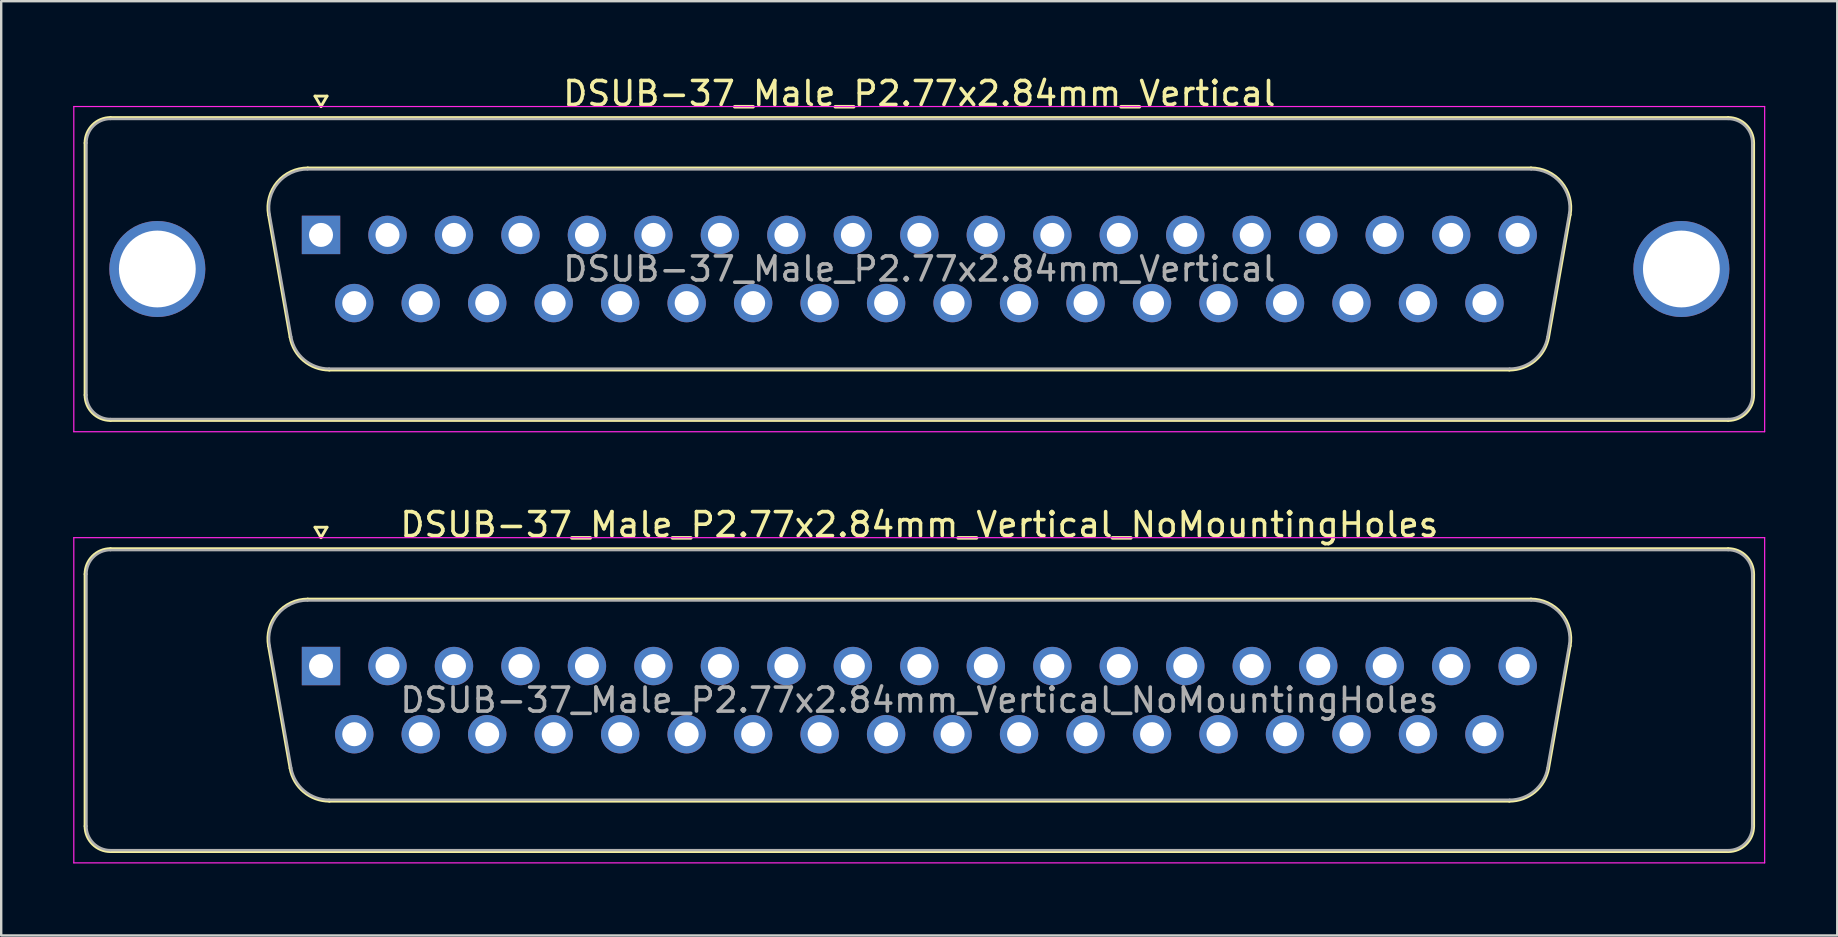
<source format=kicad_pcb>
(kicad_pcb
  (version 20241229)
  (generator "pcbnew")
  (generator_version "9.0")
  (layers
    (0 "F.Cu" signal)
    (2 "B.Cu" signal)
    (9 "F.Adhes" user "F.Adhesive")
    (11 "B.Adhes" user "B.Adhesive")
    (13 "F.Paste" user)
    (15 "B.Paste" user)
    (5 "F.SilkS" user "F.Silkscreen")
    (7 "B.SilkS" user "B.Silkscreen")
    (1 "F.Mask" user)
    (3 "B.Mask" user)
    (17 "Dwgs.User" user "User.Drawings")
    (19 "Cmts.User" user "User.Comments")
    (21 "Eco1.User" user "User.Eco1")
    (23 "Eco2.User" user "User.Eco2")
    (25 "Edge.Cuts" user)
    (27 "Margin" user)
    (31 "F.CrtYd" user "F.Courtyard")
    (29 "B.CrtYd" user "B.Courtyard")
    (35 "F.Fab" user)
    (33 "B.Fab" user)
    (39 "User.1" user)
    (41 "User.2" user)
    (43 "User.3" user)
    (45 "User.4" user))
  (footprint "DSUB-37_Male_P2.77x2.84mm_Vertical_NoMountingHoles"
    (layer "F.Cu")
    (at 10.325 24.701)
    (property "Reference" "DSUB-37_Male_P2.77x2.84mm_Vertical_NoMountingHoles" (at 24.93 -5.89 0) (layer "F.SilkS") (effects (font (size 1 1) (thickness 0.15))))
    (attr through_hole)
    (fp_line (start -9.83 6.67) (end -9.83 -3.83) (stroke (width 0.12) (type solid)) (layer "F.SilkS"))
    (fp_line (start -8.77 -4.89) (end 58.63 -4.89) (stroke (width 0.12) (type solid)) (layer "F.SilkS"))
    (fp_line (start -2.186 -0.842) (end -1.287 4.258) (stroke (width 0.12) (type solid)) (layer "F.SilkS"))
    (fp_line (start -0.552 -2.79) (end 50.412 -2.79) (stroke (width 0.12) (type solid)) (layer "F.SilkS"))
    (fp_line (start -0.25 -5.784) (end 0.25 -5.784) (stroke (width 0.12) (type solid)) (layer "F.SilkS"))
    (fp_line (start 0 -5.351) (end -0.25 -5.784) (stroke (width 0.12) (type solid)) (layer "F.SilkS"))
    (fp_line (start 0.25 -5.784) (end 0 -5.351) (stroke (width 0.12) (type solid)) (layer "F.SilkS"))
    (fp_line (start 0.348 5.63) (end 49.512 5.63) (stroke (width 0.12) (type solid)) (layer "F.SilkS"))
    (fp_line (start 52.046 -0.842) (end 51.147 4.258) (stroke (width 0.12) (type solid)) (layer "F.SilkS"))
    (fp_line (start 58.63 7.73) (end -8.77 7.73) (stroke (width 0.12) (type solid)) (layer "F.SilkS"))
    (fp_line (start 59.69 -3.83) (end 59.69 6.67) (stroke (width 0.12) (type solid)) (layer "F.SilkS"))
    (fp_arc (start -9.83 -3.83) (mid -9.519533 -4.579533) (end -8.77 -4.89) (stroke (width 0.12) (type solid)) (layer "F.SilkS"))
    (fp_arc (start -8.77 7.73) (mid -9.519533 7.419533) (end -9.83 6.67) (stroke (width 0.12) (type solid)) (layer "F.SilkS"))
    (fp_arc (start -2.18647 -0.841744) (mid -1.823323 -2.197028) (end -0.551689 -2.79) (stroke (width 0.12) (type solid)) (layer "F.SilkS"))
    (fp_arc (start 0.347579 5.63) (mid -0.719448 5.241634) (end -1.287202 4.258256) (stroke (width 0.12) (type solid)) (layer "F.SilkS"))
    (fp_arc (start 50.411689 -2.79) (mid 51.683323 -2.197027) (end 52.04647 -0.841744) (stroke (width 0.12) (type solid)) (layer "F.SilkS"))
    (fp_arc (start 51.147202 4.258256) (mid 50.579449 5.241634) (end 49.512421 5.63) (stroke (width 0.12) (type solid)) (layer "F.SilkS"))
    (fp_arc (start 58.63 -4.89) (mid 59.379533 -4.579533) (end 59.69 -3.83) (stroke (width 0.12) (type solid)) (layer "F.SilkS"))
    (fp_arc (start 59.69 6.67) (mid 59.379533 7.419533) (end 58.63 7.73) (stroke (width 0.12) (type solid)) (layer "F.SilkS"))
    (fp_line (start -10.3 -5.35) (end -10.3 8.2) (stroke (width 0.05) (type solid)) (layer "F.CrtYd"))
    (fp_line (start -10.3 8.2) (end 60.15 8.2) (stroke (width 0.05) (type solid)) (layer "F.CrtYd"))
    (fp_line (start 60.15 -5.35) (end -10.3 -5.35) (stroke (width 0.05) (type solid)) (layer "F.CrtYd"))
    (fp_line (start 60.15 8.2) (end 60.15 -5.35) (stroke (width 0.05) (type solid)) (layer "F.CrtYd"))
    (fp_line (start -9.77 6.67) (end -9.77 -3.83) (stroke (width 0.1) (type solid)) (layer "F.Fab"))
    (fp_line (start -8.77 -4.83) (end 58.63 -4.83) (stroke (width 0.1) (type solid)) (layer "F.Fab"))
    (fp_line (start -2.139 -0.852) (end -1.24 4.248) (stroke (width 0.1) (type solid)) (layer "F.Fab"))
    (fp_line (start -0.563 -2.73) (end 50.423 -2.73) (stroke (width 0.1) (type solid)) (layer "F.Fab"))
    (fp_line (start 0.336 5.57) (end 49.524 5.57) (stroke (width 0.1) (type solid)) (layer "F.Fab"))
    (fp_line (start 51.999 -0.852) (end 51.1 4.248) (stroke (width 0.1) (type solid)) (layer "F.Fab"))
    (fp_line (start 58.63 7.67) (end -8.77 7.67) (stroke (width 0.1) (type solid)) (layer "F.Fab"))
    (fp_line (start 59.63 -3.83) (end 59.63 6.67) (stroke (width 0.1) (type solid)) (layer "F.Fab"))
    (fp_arc (start -9.77 -3.83) (mid -9.477107 -4.537107) (end -8.77 -4.83) (stroke (width 0.1) (type solid)) (layer "F.Fab"))
    (fp_arc (start -8.77 7.67) (mid -9.477107 7.377107) (end -9.77 6.67) (stroke (width 0.1) (type solid)) (layer "F.Fab"))
    (fp_arc (start -2.138886 -0.852163) (mid -1.788865 -2.15846) (end -0.563194 -2.73) (stroke (width 0.1) (type solid)) (layer "F.Fab"))
    (fp_arc (start 0.336073 5.57) (mid -0.692387 5.195671) (end -1.239619 4.247837) (stroke (width 0.1) (type solid)) (layer "F.Fab"))
    (fp_arc (start 50.423194 -2.73) (mid 51.648865 -2.15846) (end 51.998886 -0.852163) (stroke (width 0.1) (type solid)) (layer "F.Fab"))
    (fp_arc (start 51.099619 4.247837) (mid 50.552387 5.195671) (end 49.523927 5.57) (stroke (width 0.1) (type solid)) (layer "F.Fab"))
    (fp_arc (start 58.63 -4.83) (mid 59.337107 -4.537107) (end 59.63 -3.83) (stroke (width 0.1) (type solid)) (layer "F.Fab"))
    (fp_arc (start 59.63 6.67) (mid 59.337107 7.377107) (end 58.63 7.67) (stroke (width 0.1) (type solid)) (layer "F.Fab"))
    (fp_text user "${REFERENCE}" (at 24.93 1.42 0) (layer "F.Fab") (effects (font (size 1 1) (thickness 0.15))))
    (pad "1" thru_hole rect (at 0 0) (size 1.6 1.6) (drill 1) (layers "*.Cu" "*.Mask"))
    (pad "2" thru_hole circle (at 2.77 0) (size 1.6 1.6) (drill 1) (layers "*.Cu" "*.Mask"))
    (pad "3" thru_hole circle (at 5.54 0) (size 1.6 1.6) (drill 1) (layers "*.Cu" "*.Mask"))
    (pad "4" thru_hole circle (at 8.31 0) (size 1.6 1.6) (drill 1) (layers "*.Cu" "*.Mask"))
    (pad "5" thru_hole circle (at 11.08 0) (size 1.6 1.6) (drill 1) (layers "*.Cu" "*.Mask"))
    (pad "6" thru_hole circle (at 13.85 0) (size 1.6 1.6) (drill 1) (layers "*.Cu" "*.Mask"))
    (pad "7" thru_hole circle (at 16.62 0) (size 1.6 1.6) (drill 1) (layers "*.Cu" "*.Mask"))
    (pad "8" thru_hole circle (at 19.39 0) (size 1.6 1.6) (drill 1) (layers "*.Cu" "*.Mask"))
    (pad "9" thru_hole circle (at 22.16 0) (size 1.6 1.6) (drill 1) (layers "*.Cu" "*.Mask"))
    (pad "10" thru_hole circle (at 24.93 0) (size 1.6 1.6) (drill 1) (layers "*.Cu" "*.Mask"))
    (pad "11" thru_hole circle (at 27.7 0) (size 1.6 1.6) (drill 1) (layers "*.Cu" "*.Mask"))
    (pad "12" thru_hole circle (at 30.47 0) (size 1.6 1.6) (drill 1) (layers "*.Cu" "*.Mask"))
    (pad "13" thru_hole circle (at 33.24 0) (size 1.6 1.6) (drill 1) (layers "*.Cu" "*.Mask"))
    (pad "14" thru_hole circle (at 36.01 0) (size 1.6 1.6) (drill 1) (layers "*.Cu" "*.Mask"))
    (pad "15" thru_hole circle (at 38.78 0) (size 1.6 1.6) (drill 1) (layers "*.Cu" "*.Mask"))
    (pad "16" thru_hole circle (at 41.55 0) (size 1.6 1.6) (drill 1) (layers "*.Cu" "*.Mask"))
    (pad "17" thru_hole circle (at 44.32 0) (size 1.6 1.6) (drill 1) (layers "*.Cu" "*.Mask"))
    (pad "18" thru_hole circle (at 47.09 0) (size 1.6 1.6) (drill 1) (layers "*.Cu" "*.Mask"))
    (pad "19" thru_hole circle (at 49.86 0) (size 1.6 1.6) (drill 1) (layers "*.Cu" "*.Mask"))
    (pad "20" thru_hole circle (at 1.385 2.84) (size 1.6 1.6) (drill 1) (layers "*.Cu" "*.Mask"))
    (pad "21" thru_hole circle (at 4.155 2.84) (size 1.6 1.6) (drill 1) (layers "*.Cu" "*.Mask"))
    (pad "22" thru_hole circle (at 6.925 2.84) (size 1.6 1.6) (drill 1) (layers "*.Cu" "*.Mask"))
    (pad "23" thru_hole circle (at 9.695 2.84) (size 1.6 1.6) (drill 1) (layers "*.Cu" "*.Mask"))
    (pad "24" thru_hole circle (at 12.465 2.84) (size 1.6 1.6) (drill 1) (layers "*.Cu" "*.Mask"))
    (pad "25" thru_hole circle (at 15.235 2.84) (size 1.6 1.6) (drill 1) (layers "*.Cu" "*.Mask"))
    (pad "26" thru_hole circle (at 18.005 2.84) (size 1.6 1.6) (drill 1) (layers "*.Cu" "*.Mask"))
    (pad "27" thru_hole circle (at 20.775 2.84) (size 1.6 1.6) (drill 1) (layers "*.Cu" "*.Mask"))
    (pad "28" thru_hole circle (at 23.545 2.84) (size 1.6 1.6) (drill 1) (layers "*.Cu" "*.Mask"))
    (pad "29" thru_hole circle (at 26.315 2.84) (size 1.6 1.6) (drill 1) (layers "*.Cu" "*.Mask"))
    (pad "30" thru_hole circle (at 29.085 2.84) (size 1.6 1.6) (drill 1) (layers "*.Cu" "*.Mask"))
    (pad "31" thru_hole circle (at 31.855 2.84) (size 1.6 1.6) (drill 1) (layers "*.Cu" "*.Mask"))
    (pad "32" thru_hole circle (at 34.625 2.84) (size 1.6 1.6) (drill 1) (layers "*.Cu" "*.Mask"))
    (pad "33" thru_hole circle (at 37.395 2.84) (size 1.6 1.6) (drill 1) (layers "*.Cu" "*.Mask"))
    (pad "34" thru_hole circle (at 40.165 2.84) (size 1.6 1.6) (drill 1) (layers "*.Cu" "*.Mask"))
    (pad "35" thru_hole circle (at 42.935 2.84) (size 1.6 1.6) (drill 1) (layers "*.Cu" "*.Mask"))
    (pad "36" thru_hole circle (at 45.705 2.84) (size 1.6 1.6) (drill 1) (layers "*.Cu" "*.Mask"))
    (pad "37" thru_hole circle (at 48.475 2.84) (size 1.6 1.6) (drill 1) (layers "*.Cu" "*.Mask")))
  (footprint "DSUB-37_Male_P2.77x2.84mm_Vertical"
    (layer "F.Cu")
    (at 10.325 6.738)
    (property "Reference" "DSUB-37_Male_P2.77x2.84mm_Vertical" (at 24.93 -5.89 0) (layer "F.SilkS") (effects (font (size 1 1) (thickness 0.15))))
    (attr through_hole)
    (fp_line (start -9.83 6.67) (end -9.83 -3.83) (stroke (width 0.12) (type solid)) (layer "F.SilkS"))
    (fp_line (start -8.77 -4.89) (end 58.63 -4.89) (stroke (width 0.12) (type solid)) (layer "F.SilkS"))
    (fp_line (start -2.186 -0.842) (end -1.287 4.258) (stroke (width 0.12) (type solid)) (layer "F.SilkS"))
    (fp_line (start -0.552 -2.79) (end 50.412 -2.79) (stroke (width 0.12) (type solid)) (layer "F.SilkS"))
    (fp_line (start -0.25 -5.784) (end 0.25 -5.784) (stroke (width 0.12) (type solid)) (layer "F.SilkS"))
    (fp_line (start 0 -5.351) (end -0.25 -5.784) (stroke (width 0.12) (type solid)) (layer "F.SilkS"))
    (fp_line (start 0.25 -5.784) (end 0 -5.351) (stroke (width 0.12) (type solid)) (layer "F.SilkS"))
    (fp_line (start 0.348 5.63) (end 49.512 5.63) (stroke (width 0.12) (type solid)) (layer "F.SilkS"))
    (fp_line (start 52.046 -0.842) (end 51.147 4.258) (stroke (width 0.12) (type solid)) (layer "F.SilkS"))
    (fp_line (start 58.63 7.73) (end -8.77 7.73) (stroke (width 0.12) (type solid)) (layer "F.SilkS"))
    (fp_line (start 59.69 -3.83) (end 59.69 6.67) (stroke (width 0.12) (type solid)) (layer "F.SilkS"))
    (fp_arc (start -9.83 -3.83) (mid -9.519533 -4.579533) (end -8.77 -4.89) (stroke (width 0.12) (type solid)) (layer "F.SilkS"))
    (fp_arc (start -8.77 7.73) (mid -9.519533 7.419533) (end -9.83 6.67) (stroke (width 0.12) (type solid)) (layer "F.SilkS"))
    (fp_arc (start -2.18647 -0.841744) (mid -1.823323 -2.197028) (end -0.551689 -2.79) (stroke (width 0.12) (type solid)) (layer "F.SilkS"))
    (fp_arc (start 0.347579 5.63) (mid -0.719448 5.241634) (end -1.287202 4.258256) (stroke (width 0.12) (type solid)) (layer "F.SilkS"))
    (fp_arc (start 50.411689 -2.79) (mid 51.683323 -2.197027) (end 52.04647 -0.841744) (stroke (width 0.12) (type solid)) (layer "F.SilkS"))
    (fp_arc (start 51.147202 4.258256) (mid 50.579449 5.241634) (end 49.512421 5.63) (stroke (width 0.12) (type solid)) (layer "F.SilkS"))
    (fp_arc (start 58.63 -4.89) (mid 59.379533 -4.579533) (end 59.69 -3.83) (stroke (width 0.12) (type solid)) (layer "F.SilkS"))
    (fp_arc (start 59.69 6.67) (mid 59.379533 7.419533) (end 58.63 7.73) (stroke (width 0.12) (type solid)) (layer "F.SilkS"))
    (fp_line (start -10.3 -5.35) (end -10.3 8.2) (stroke (width 0.05) (type solid)) (layer "F.CrtYd"))
    (fp_line (start -10.3 8.2) (end 60.15 8.2) (stroke (width 0.05) (type solid)) (layer "F.CrtYd"))
    (fp_line (start 60.15 -5.35) (end -10.3 -5.35) (stroke (width 0.05) (type solid)) (layer "F.CrtYd"))
    (fp_line (start 60.15 8.2) (end 60.15 -5.35) (stroke (width 0.05) (type solid)) (layer "F.CrtYd"))
    (fp_line (start -9.77 6.67) (end -9.77 -3.83) (stroke (width 0.1) (type solid)) (layer "F.Fab"))
    (fp_line (start -8.77 -4.83) (end 58.63 -4.83) (stroke (width 0.1) (type solid)) (layer "F.Fab"))
    (fp_line (start -2.139 -0.852) (end -1.24 4.248) (stroke (width 0.1) (type solid)) (layer "F.Fab"))
    (fp_line (start -0.563 -2.73) (end 50.423 -2.73) (stroke (width 0.1) (type solid)) (layer "F.Fab"))
    (fp_line (start 0.336 5.57) (end 49.524 5.57) (stroke (width 0.1) (type solid)) (layer "F.Fab"))
    (fp_line (start 51.999 -0.852) (end 51.1 4.248) (stroke (width 0.1) (type solid)) (layer "F.Fab"))
    (fp_line (start 58.63 7.67) (end -8.77 7.67) (stroke (width 0.1) (type solid)) (layer "F.Fab"))
    (fp_line (start 59.63 -3.83) (end 59.63 6.67) (stroke (width 0.1) (type solid)) (layer "F.Fab"))
    (fp_arc (start -9.77 -3.83) (mid -9.477107 -4.537107) (end -8.77 -4.83) (stroke (width 0.1) (type solid)) (layer "F.Fab"))
    (fp_arc (start -8.77 7.67) (mid -9.477107 7.377107) (end -9.77 6.67) (stroke (width 0.1) (type solid)) (layer "F.Fab"))
    (fp_arc (start -2.138886 -0.852163) (mid -1.788865 -2.15846) (end -0.563194 -2.73) (stroke (width 0.1) (type solid)) (layer "F.Fab"))
    (fp_arc (start 0.336073 5.57) (mid -0.692387 5.195671) (end -1.239619 4.247837) (stroke (width 0.1) (type solid)) (layer "F.Fab"))
    (fp_arc (start 50.423194 -2.73) (mid 51.648865 -2.15846) (end 51.998886 -0.852163) (stroke (width 0.1) (type solid)) (layer "F.Fab"))
    (fp_arc (start 51.099619 4.247837) (mid 50.552387 5.195671) (end 49.523927 5.57) (stroke (width 0.1) (type solid)) (layer "F.Fab"))
    (fp_arc (start 58.63 -4.83) (mid 59.337107 -4.537107) (end 59.63 -3.83) (stroke (width 0.1) (type solid)) (layer "F.Fab"))
    (fp_arc (start 59.63 6.67) (mid 59.337107 7.377107) (end 58.63 7.67) (stroke (width 0.1) (type solid)) (layer "F.Fab"))
    (fp_text user "${REFERENCE}" (at 24.93 1.42 0) (layer "F.Fab") (effects (font (size 1 1) (thickness 0.15))))
    (pad "0" thru_hole circle (at -6.82 1.42) (size 4 4) (drill 3.2) (layers "*.Cu" "*.Mask"))
    (pad "0" thru_hole circle (at 56.68 1.42) (size 4 4) (drill 3.2) (layers "*.Cu" "*.Mask"))
    (pad "1" thru_hole rect (at 0 0) (size 1.6 1.6) (drill 1) (layers "*.Cu" "*.Mask"))
    (pad "2" thru_hole circle (at 2.77 0) (size 1.6 1.6) (drill 1) (layers "*.Cu" "*.Mask"))
    (pad "3" thru_hole circle (at 5.54 0) (size 1.6 1.6) (drill 1) (layers "*.Cu" "*.Mask"))
    (pad "4" thru_hole circle (at 8.31 0) (size 1.6 1.6) (drill 1) (layers "*.Cu" "*.Mask"))
    (pad "5" thru_hole circle (at 11.08 0) (size 1.6 1.6) (drill 1) (layers "*.Cu" "*.Mask"))
    (pad "6" thru_hole circle (at 13.85 0) (size 1.6 1.6) (drill 1) (layers "*.Cu" "*.Mask"))
    (pad "7" thru_hole circle (at 16.62 0) (size 1.6 1.6) (drill 1) (layers "*.Cu" "*.Mask"))
    (pad "8" thru_hole circle (at 19.39 0) (size 1.6 1.6) (drill 1) (layers "*.Cu" "*.Mask"))
    (pad "9" thru_hole circle (at 22.16 0) (size 1.6 1.6) (drill 1) (layers "*.Cu" "*.Mask"))
    (pad "10" thru_hole circle (at 24.93 0) (size 1.6 1.6) (drill 1) (layers "*.Cu" "*.Mask"))
    (pad "11" thru_hole circle (at 27.7 0) (size 1.6 1.6) (drill 1) (layers "*.Cu" "*.Mask"))
    (pad "12" thru_hole circle (at 30.47 0) (size 1.6 1.6) (drill 1) (layers "*.Cu" "*.Mask"))
    (pad "13" thru_hole circle (at 33.24 0) (size 1.6 1.6) (drill 1) (layers "*.Cu" "*.Mask"))
    (pad "14" thru_hole circle (at 36.01 0) (size 1.6 1.6) (drill 1) (layers "*.Cu" "*.Mask"))
    (pad "15" thru_hole circle (at 38.78 0) (size 1.6 1.6) (drill 1) (layers "*.Cu" "*.Mask"))
    (pad "16" thru_hole circle (at 41.55 0) (size 1.6 1.6) (drill 1) (layers "*.Cu" "*.Mask"))
    (pad "17" thru_hole circle (at 44.32 0) (size 1.6 1.6) (drill 1) (layers "*.Cu" "*.Mask"))
    (pad "18" thru_hole circle (at 47.09 0) (size 1.6 1.6) (drill 1) (layers "*.Cu" "*.Mask"))
    (pad "19" thru_hole circle (at 49.86 0) (size 1.6 1.6) (drill 1) (layers "*.Cu" "*.Mask"))
    (pad "20" thru_hole circle (at 1.385 2.84) (size 1.6 1.6) (drill 1) (layers "*.Cu" "*.Mask"))
    (pad "21" thru_hole circle (at 4.155 2.84) (size 1.6 1.6) (drill 1) (layers "*.Cu" "*.Mask"))
    (pad "22" thru_hole circle (at 6.925 2.84) (size 1.6 1.6) (drill 1) (layers "*.Cu" "*.Mask"))
    (pad "23" thru_hole circle (at 9.695 2.84) (size 1.6 1.6) (drill 1) (layers "*.Cu" "*.Mask"))
    (pad "24" thru_hole circle (at 12.465 2.84) (size 1.6 1.6) (drill 1) (layers "*.Cu" "*.Mask"))
    (pad "25" thru_hole circle (at 15.235 2.84) (size 1.6 1.6) (drill 1) (layers "*.Cu" "*.Mask"))
    (pad "26" thru_hole circle (at 18.005 2.84) (size 1.6 1.6) (drill 1) (layers "*.Cu" "*.Mask"))
    (pad "27" thru_hole circle (at 20.775 2.84) (size 1.6 1.6) (drill 1) (layers "*.Cu" "*.Mask"))
    (pad "28" thru_hole circle (at 23.545 2.84) (size 1.6 1.6) (drill 1) (layers "*.Cu" "*.Mask"))
    (pad "29" thru_hole circle (at 26.315 2.84) (size 1.6 1.6) (drill 1) (layers "*.Cu" "*.Mask"))
    (pad "30" thru_hole circle (at 29.085 2.84) (size 1.6 1.6) (drill 1) (layers "*.Cu" "*.Mask"))
    (pad "31" thru_hole circle (at 31.855 2.84) (size 1.6 1.6) (drill 1) (layers "*.Cu" "*.Mask"))
    (pad "32" thru_hole circle (at 34.625 2.84) (size 1.6 1.6) (drill 1) (layers "*.Cu" "*.Mask"))
    (pad "33" thru_hole circle (at 37.395 2.84) (size 1.6 1.6) (drill 1) (layers "*.Cu" "*.Mask"))
    (pad "34" thru_hole circle (at 40.165 2.84) (size 1.6 1.6) (drill 1) (layers "*.Cu" "*.Mask"))
    (pad "35" thru_hole circle (at 42.935 2.84) (size 1.6 1.6) (drill 1) (layers "*.Cu" "*.Mask"))
    (pad "36" thru_hole circle (at 45.705 2.84) (size 1.6 1.6) (drill 1) (layers "*.Cu" "*.Mask"))
    (pad "37" thru_hole circle (at 48.475 2.84) (size 1.6 1.6) (drill 1) (layers "*.Cu" "*.Mask")))
  (gr_rect
    (start -3 -3)
    (end 73.5 35.926)
    (stroke (width 0.1) (type default))
    (fill no)
    (layer "Edge.Cuts")))
</source>
